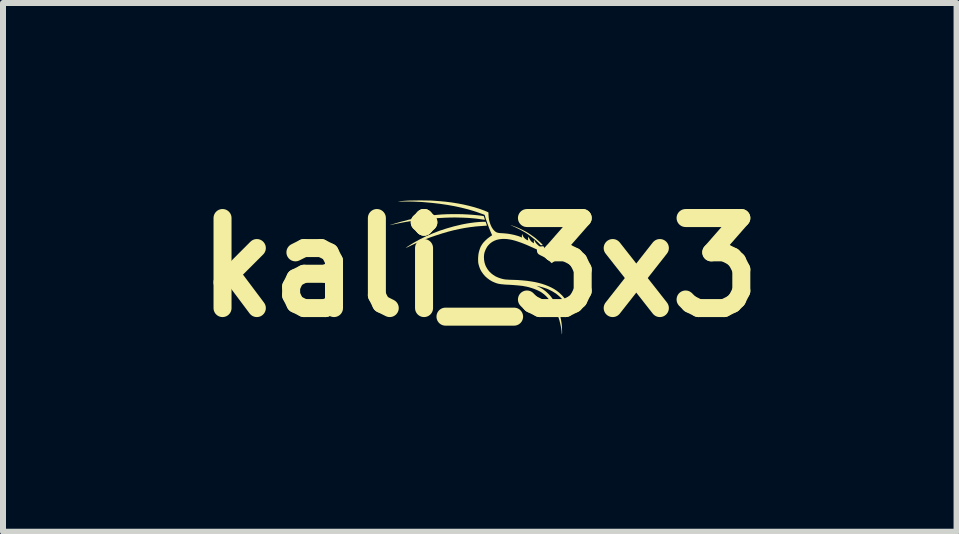
<source format=kicad_pcb>
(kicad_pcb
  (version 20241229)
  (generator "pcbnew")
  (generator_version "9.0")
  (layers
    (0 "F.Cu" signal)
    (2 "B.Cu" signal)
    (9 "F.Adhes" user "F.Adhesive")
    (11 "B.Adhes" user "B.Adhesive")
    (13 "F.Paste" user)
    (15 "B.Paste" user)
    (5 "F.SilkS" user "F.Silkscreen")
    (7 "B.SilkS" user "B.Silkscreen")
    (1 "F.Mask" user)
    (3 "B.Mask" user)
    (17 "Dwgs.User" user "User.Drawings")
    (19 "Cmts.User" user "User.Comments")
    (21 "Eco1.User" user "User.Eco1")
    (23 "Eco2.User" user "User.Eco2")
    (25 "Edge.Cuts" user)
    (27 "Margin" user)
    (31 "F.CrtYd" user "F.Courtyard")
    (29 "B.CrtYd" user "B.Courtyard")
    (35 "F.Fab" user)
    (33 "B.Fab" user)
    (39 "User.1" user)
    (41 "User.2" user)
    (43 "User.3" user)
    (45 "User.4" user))
  (footprint "kali_3x3"
    (layer "F.Cu")
    (at 4.943 1.404)
    (property "Reference" "kali_3x3" (at 0 0 0) (layer "F.SilkS") (effects (font (size 1.5 1.5) (thickness 0.3))))
    (attr board_only exclude_from_pos_files exclude_from_bom)
    (fp_poly (pts (xy 0.109 -0.727) (xy 0.119 -0.695) (xy 0.091 -0.693) (xy 0.033 -0.689) (xy -0.02 -0.685) (xy -0.069 -0.681) (xy -0.116 -0.675) (xy -0.161 -0.67) (xy -0.206 -0.663) (xy -0.251 -0.656) (xy -0.298 -0.647) (xy -0.34 -0.639) (xy -0.431 -0.619) (xy -0.525 -0.595) (xy -0.621 -0.567) (xy -0.718 -0.536) (xy -0.815 -0.503) (xy -0.91 -0.467) (xy -1.003 -0.429) (xy -1.093 -0.389) (xy -1.168 -0.353) (xy -1.186 -0.344) (xy -1.203 -0.336) (xy -1.216 -0.33) (xy -1.226 -0.326) (xy -1.233 -0.323) (xy -1.234 -0.323) (xy -1.234 -0.323) (xy -1.229 -0.327) (xy -1.22 -0.334) (xy -1.208 -0.343) (xy -1.192 -0.353) (xy -1.175 -0.364) (xy -1.157 -0.376) (xy -1.139 -0.387) (xy -1.121 -0.398) (xy -1.105 -0.408) (xy -1 -0.466) (xy -0.892 -0.519) (xy -0.781 -0.567) (xy -0.667 -0.611) (xy -0.55 -0.649) (xy -0.43 -0.683) (xy -0.309 -0.712) (xy -0.255 -0.723) (xy -0.2 -0.733) (xy -0.146 -0.741) (xy -0.092 -0.748) (xy -0.041 -0.753) (xy 0.007 -0.757) (xy 0.051 -0.759) (xy 0.069 -0.759) (xy 0.098 -0.759)) (stroke (width 0) (type solid)) (fill yes) (layer "F.SilkS"))
    (fp_poly (pts (xy 0.52 -0.702) (xy 0.527 -0.7) (xy 0.538 -0.696) (xy 0.551 -0.692) (xy 0.551 -0.692) (xy 0.606 -0.672) (xy 0.66 -0.649) (xy 0.714 -0.623) (xy 0.771 -0.593) (xy 0.782 -0.587) (xy 0.795 -0.579) (xy 0.811 -0.569) (xy 0.829 -0.557) (xy 0.849 -0.544) (xy 0.868 -0.53) (xy 0.887 -0.517) (xy 0.904 -0.505) (xy 0.918 -0.494) (xy 0.918 -0.494) (xy 0.931 -0.484) (xy 0.945 -0.472) (xy 0.961 -0.458) (xy 0.977 -0.444) (xy 0.993 -0.43) (xy 1.008 -0.416) (xy 1.021 -0.403) (xy 1.032 -0.393) (xy 1.04 -0.385) (xy 1.043 -0.381) (xy 1.046 -0.375) (xy 1.046 -0.372) (xy 1.041 -0.37) (xy 1.031 -0.369) (xy 1.027 -0.369) (xy 1.021 -0.369) (xy 1.016 -0.371) (xy 1.012 -0.374) (xy 1.006 -0.379) (xy 0.997 -0.388) (xy 0.993 -0.393) (xy 0.97 -0.416) (xy 0.943 -0.441) (xy 0.912 -0.468) (xy 0.879 -0.494) (xy 0.844 -0.521) (xy 0.809 -0.546) (xy 0.773 -0.57) (xy 0.756 -0.581) (xy 0.726 -0.598) (xy 0.692 -0.617) (xy 0.657 -0.636) (xy 0.62 -0.654) (xy 0.585 -0.671) (xy 0.553 -0.685) (xy 0.548 -0.687) (xy 0.535 -0.693) (xy 0.525 -0.697) (xy 0.519 -0.7) (xy 0.516 -0.702) (xy 0.516 -0.702)) (stroke (width 0) (type solid)) (fill yes) (layer "F.SilkS"))
    (fp_poly (pts (xy -0.283 -0.885) (xy -0.195 -0.881) (xy -0.11 -0.875) (xy -0.028 -0.867) (xy 0.019 -0.861) (xy 0.066 -0.854) (xy 0.076 -0.824) (xy 0.08 -0.812) (xy 0.083 -0.802) (xy 0.085 -0.795) (xy 0.085 -0.793) (xy 0.082 -0.793) (xy 0.074 -0.794) (xy 0.062 -0.795) (xy 0.046 -0.797) (xy 0.029 -0.8) (xy 0.026 -0.8) (xy -0.014 -0.806) (xy -0.052 -0.811) (xy -0.088 -0.815) (xy -0.124 -0.818) (xy -0.16 -0.821) (xy -0.198 -0.824) (xy -0.24 -0.826) (xy -0.284 -0.828) (xy -0.327 -0.829) (xy -0.407 -0.831) (xy -0.491 -0.83) (xy -0.579 -0.827) (xy -0.67 -0.822) (xy -0.764 -0.816) (xy -0.858 -0.807) (xy -0.954 -0.797) (xy -1.049 -0.784) (xy -1.144 -0.771) (xy -1.236 -0.756) (xy -1.327 -0.739) (xy -1.414 -0.721) (xy -1.443 -0.715) (xy -1.465 -0.71) (xy -1.481 -0.706) (xy -1.491 -0.704) (xy -1.496 -0.704) (xy -1.496 -0.705) (xy -1.49 -0.707) (xy -1.48 -0.71) (xy -1.465 -0.715) (xy -1.447 -0.721) (xy -1.426 -0.727) (xy -1.403 -0.734) (xy -1.379 -0.741) (xy -1.354 -0.748) (xy -1.33 -0.755) (xy -1.307 -0.762) (xy -1.301 -0.763) (xy -1.188 -0.793) (xy -1.077 -0.818) (xy -0.97 -0.839) (xy -0.863 -0.857) (xy -0.798 -0.865) (xy -0.72 -0.874) (xy -0.637 -0.881) (xy -0.55 -0.885) (xy -0.462 -0.887) (xy -0.372 -0.887)) (stroke (width 0) (type solid)) (fill yes) (layer "F.SilkS"))
    (fp_poly (pts (xy -0.953 -1.115) (xy -0.916 -1.114) (xy -0.881 -1.114) (xy -0.849 -1.113) (xy -0.82 -1.113) (xy -0.796 -1.112) (xy -0.782 -1.111) (xy -0.67 -1.103) (xy -0.564 -1.093) (xy -0.461 -1.08) (xy -0.363 -1.064) (xy -0.269 -1.046) (xy -0.179 -1.025) (xy -0.092 -1.002) (xy -0.015 -0.978) (xy 0.009 -0.97) (xy 0.034 -0.961) (xy 0.058 -0.952) (xy 0.082 -0.943) (xy 0.103 -0.934) (xy 0.121 -0.927) (xy 0.134 -0.92) (xy 0.136 -0.919) (xy 0.144 -0.915) (xy 0.145 -0.877) (xy 0.148 -0.837) (xy 0.153 -0.797) (xy 0.163 -0.758) (xy 0.175 -0.721) (xy 0.189 -0.687) (xy 0.206 -0.656) (xy 0.225 -0.629) (xy 0.246 -0.607) (xy 0.257 -0.597) (xy 0.271 -0.588) (xy 0.285 -0.581) (xy 0.301 -0.576) (xy 0.32 -0.573) (xy 0.343 -0.57) (xy 0.35 -0.57) (xy 0.388 -0.568) (xy 0.422 -0.565) (xy 0.453 -0.562) (xy 0.484 -0.558) (xy 0.501 -0.555) (xy 0.538 -0.548) (xy 0.575 -0.54) (xy 0.611 -0.53) (xy 0.645 -0.52) (xy 0.675 -0.509) (xy 0.683 -0.505) (xy 0.706 -0.496) (xy 0.703 -0.503) (xy 0.701 -0.515) (xy 0.701 -0.53) (xy 0.704 -0.544) (xy 0.708 -0.555) (xy 0.713 -0.538) (xy 0.718 -0.525) (xy 0.725 -0.512) (xy 0.729 -0.505) (xy 0.741 -0.491) (xy 0.755 -0.478) (xy 0.772 -0.465) (xy 0.788 -0.456) (xy 0.802 -0.45) (xy 0.805 -0.449) (xy 0.806 -0.451) (xy 0.806 -0.456) (xy 0.805 -0.462) (xy 0.803 -0.474) (xy 0.805 -0.487) (xy 0.806 -0.494) (xy 0.81 -0.511) (xy 0.822 -0.486) (xy 0.837 -0.46) (xy 0.852 -0.438) (xy 0.869 -0.422) (xy 0.888 -0.409) (xy 0.891 -0.407) (xy 0.903 -0.401) (xy 0.901 -0.414) (xy 0.9 -0.427) (xy 0.902 -0.44) (xy 0.902 -0.442) (xy 0.906 -0.457) (xy 0.918 -0.433) (xy 0.926 -0.419) (xy 0.935 -0.406) (xy 0.946 -0.393) (xy 0.954 -0.385) (xy 0.965 -0.375) (xy 0.976 -0.365) (xy 0.985 -0.357) (xy 0.99 -0.354) (xy 0.997 -0.35) (xy 1.003 -0.348) (xy 1.009 -0.348) (xy 1.018 -0.348) (xy 1.027 -0.349) (xy 1.042 -0.351) (xy 1.053 -0.351) (xy 1.06 -0.349) (xy 1.067 -0.344) (xy 1.073 -0.335) (xy 1.077 -0.328) (xy 1.084 -0.314) (xy 1.094 -0.299) (xy 1.104 -0.283) (xy 1.113 -0.269) (xy 1.122 -0.256) (xy 1.129 -0.247) (xy 1.13 -0.245) (xy 1.138 -0.234) (xy 1.141 -0.226) (xy 1.139 -0.219) (xy 1.137 -0.217) (xy 1.134 -0.214) (xy 1.133 -0.212) (xy 1.135 -0.208) (xy 1.141 -0.203) (xy 1.146 -0.198) (xy 1.17 -0.179) (xy 1.195 -0.162) (xy 1.22 -0.149) (xy 1.238 -0.143) (xy 1.251 -0.139) (xy 1.262 -0.136) (xy 1.27 -0.134) (xy 1.273 -0.133) (xy 1.281 -0.132) (xy 1.268 -0.122) (xy 1.253 -0.112) (xy 1.239 -0.101) (xy 1.226 -0.091) (xy 1.214 -0.082) (xy 1.206 -0.075) (xy 1.201 -0.071) (xy 1.201 -0.07) (xy 1.198 -0.071) (xy 1.193 -0.075) (xy 1.184 -0.082) (xy 1.174 -0.092) (xy 1.17 -0.096) (xy 1.147 -0.117) (xy 1.123 -0.137) (xy 1.098 -0.154) (xy 1.07 -0.171) (xy 1.038 -0.188) (xy 1.035 -0.189) (xy 1.019 -0.197) (xy 1.003 -0.205) (xy 0.99 -0.213) (xy 0.98 -0.219) (xy 0.975 -0.223) (xy 0.965 -0.235) (xy 0.957 -0.251) (xy 0.954 -0.264) (xy 1.07 -0.264) (xy 1.072 -0.259) (xy 1.076 -0.253) (xy 1.084 -0.246) (xy 1.085 -0.245) (xy 1.094 -0.237) (xy 1.099 -0.233) (xy 1.101 -0.232) (xy 1.101 -0.234) (xy 1.1 -0.235) (xy 1.097 -0.239) (xy 1.092 -0.247) (xy 1.086 -0.256) (xy 1.084 -0.259) (xy 1.071 -0.28) (xy 1.07 -0.27) (xy 1.07 -0.264) (xy 0.954 -0.264) (xy 0.953 -0.269) (xy 0.952 -0.281) (xy 0.952 -0.297) (xy 0.905 -0.319) (xy 0.844 -0.346) (xy 0.788 -0.371) (xy 0.737 -0.392) (xy 0.688 -0.411) (xy 0.644 -0.426) (xy 0.602 -0.44) (xy 0.563 -0.451) (xy 0.526 -0.46) (xy 0.491 -0.466) (xy 0.457 -0.471) (xy 0.424 -0.473) (xy 0.417 -0.474) (xy 0.369 -0.473) (xy 0.324 -0.468) (xy 0.281 -0.458) (xy 0.242 -0.443) (xy 0.205 -0.423) (xy 0.172 -0.398) (xy 0.166 -0.392) (xy 0.144 -0.37) (xy 0.126 -0.348) (xy 0.111 -0.322) (xy 0.102 -0.306) (xy 0.089 -0.276) (xy 0.079 -0.248) (xy 0.073 -0.221) (xy 0.07 -0.192) (xy 0.069 -0.166) (xy 0.072 -0.12) (xy 0.08 -0.077) (xy 0.093 -0.036) (xy 0.105 -0.01) (xy 0.128 0.03) (xy 0.156 0.066) (xy 0.188 0.098) (xy 0.224 0.126) (xy 0.264 0.151) (xy 0.309 0.171) (xy 0.356 0.187) (xy 0.372 0.191) (xy 0.387 0.195) (xy 0.403 0.198) (xy 0.42 0.201) (xy 0.439 0.203) (xy 0.461 0.204) (xy 0.486 0.206) (xy 0.515 0.207) (xy 0.548 0.208) (xy 0.632 0.211) (xy 0.71 0.217) (xy 0.783 0.224) (xy 0.853 0.234) (xy 0.918 0.245) (xy 0.979 0.259) (xy 1.037 0.275) (xy 1.091 0.293) (xy 1.144 0.314) (xy 1.19 0.335) (xy 1.238 0.361) (xy 1.282 0.39) (xy 1.322 0.421) (xy 1.36 0.457) (xy 1.367 0.463) (xy 1.393 0.493) (xy 1.416 0.521) (xy 1.435 0.549) (xy 1.451 0.579) (xy 1.47 0.621) (xy 1.484 0.661) (xy 1.494 0.701) (xy 1.498 0.741) (xy 1.499 0.749) (xy 1.5 0.784) (xy 1.495 0.76) (xy 1.489 0.74) (xy 1.483 0.721) (xy 1.476 0.702) (xy 1.467 0.681) (xy 1.458 0.661) (xy 1.437 0.62) (xy 1.414 0.583) (xy 1.388 0.548) (xy 1.358 0.515) (xy 1.324 0.482) (xy 1.285 0.449) (xy 1.283 0.448) (xy 1.268 0.436) (xy 1.248 0.424) (xy 1.226 0.41) (xy 1.202 0.396) (xy 1.177 0.383) (xy 1.154 0.372) (xy 1.133 0.362) (xy 1.128 0.36) (xy 1.112 0.354) (xy 1.094 0.348) (xy 1.074 0.341) (xy 1.054 0.335) (xy 1.033 0.329) (xy 1.012 0.323) (xy 0.993 0.318) (xy 0.976 0.313) (xy 0.963 0.31) (xy 0.953 0.309) (xy 0.948 0.309) (xy 0.948 0.309) (xy 0.948 0.31) (xy 0.95 0.31) (xy 0.956 0.312) (xy 0.966 0.316) (xy 0.979 0.323) (xy 0.994 0.331) (xy 1.011 0.34) (xy 1.027 0.349) (xy 1.043 0.359) (xy 1.054 0.366) (xy 1.077 0.383) (xy 1.102 0.403) (xy 1.127 0.426) (xy 1.151 0.449) (xy 1.172 0.472) (xy 1.183 0.485) (xy 1.217 0.531) (xy 1.248 0.581) (xy 1.277 0.636) (xy 1.302 0.693) (xy 1.323 0.752) (xy 1.329 0.771) (xy 1.341 0.818) (xy 1.352 0.867) (xy 1.361 0.921) (xy 1.364 0.945) (xy 1.366 0.96) (xy 1.367 0.977) (xy 1.368 0.996) (xy 1.369 1.016) (xy 1.37 1.036) (xy 1.371 1.056) (xy 1.371 1.074) (xy 1.371 1.089) (xy 1.37 1.101) (xy 1.37 1.109) (xy 1.369 1.112) (xy 1.367 1.111) (xy 1.366 1.105) (xy 1.365 1.1) (xy 1.364 1.077) (xy 1.362 1.051) (xy 1.357 1.021) (xy 1.351 0.988) (xy 1.344 0.955) (xy 1.336 0.921) (xy 1.328 0.887) (xy 1.318 0.856) (xy 1.314 0.842) (xy 1.291 0.78) (xy 1.266 0.721) (xy 1.238 0.665) (xy 1.208 0.613) (xy 1.176 0.565) (xy 1.142 0.521) (xy 1.107 0.482) (xy 1.071 0.449) (xy 1.033 0.421) (xy 1.032 0.42) (xy 1.004 0.403) (xy 0.972 0.387) (xy 0.936 0.371) (xy 0.898 0.356) (xy 0.858 0.343) (xy 0.819 0.331) (xy 0.78 0.322) (xy 0.778 0.321) (xy 0.753 0.317) (xy 0.729 0.312) (xy 0.703 0.308) (xy 0.682 0.306) (xy 0.939 0.306) (xy 0.939 0.307) (xy 0.941 0.308) (xy 0.943 0.307) (xy 0.942 0.306) (xy 0.939 0.305) (xy 0.939 0.306) (xy 0.682 0.306) (xy 0.675 0.305) (xy 0.645 0.302) (xy 0.612 0.299) (xy 0.576 0.296) (xy 0.535 0.293) (xy 0.489 0.29) (xy 0.479 0.29) (xy 0.442 0.288) (xy 0.41 0.286) (xy 0.383 0.283) (xy 0.359 0.281) (xy 0.338 0.278) (xy 0.32 0.275) (xy 0.303 0.271) (xy 0.286 0.267) (xy 0.27 0.261) (xy 0.253 0.255) (xy 0.251 0.254) (xy 0.207 0.235) (xy 0.165 0.21) (xy 0.126 0.181) (xy 0.09 0.149) (xy 0.058 0.112) (xy 0.031 0.074) (xy 0.024 0.063) (xy 0.007 0.031) (xy -0.006 -0.002) (xy -0.017 -0.038) (xy -0.024 -0.066) (xy -0.026 -0.08) (xy -0.027 -0.099) (xy -0.028 -0.121) (xy -0.028 -0.144) (xy -0.027 -0.168) (xy -0.025 -0.192) (xy -0.023 -0.212) (xy -0.021 -0.227) (xy -0.016 -0.251) (xy -0.009 -0.277) (xy -0.001 -0.302) (xy 0.007 -0.325) (xy 0.016 -0.345) (xy 0.018 -0.349) (xy 0.038 -0.383) (xy 0.063 -0.416) (xy 0.094 -0.448) (xy 0.13 -0.481) (xy 0.173 -0.513) (xy 0.199 -0.53) (xy 0.206 -0.535) (xy 0.19 -0.57) (xy 0.177 -0.601) (xy 0.163 -0.635) (xy 0.15 -0.669) (xy 0.137 -0.704) (xy 0.124 -0.738) (xy 0.113 -0.771) (xy 0.102 -0.801) (xy 0.094 -0.828) (xy 0.088 -0.851) (xy 0.087 -0.854) (xy 0.084 -0.863) (xy 0.081 -0.871) (xy 0.08 -0.874) (xy 0.076 -0.876) (xy 0.068 -0.879) (xy 0.056 -0.884) (xy 0.04 -0.89) (xy 0.022 -0.896) (xy 0.003 -0.903) (xy -0.016 -0.91) (xy -0.036 -0.917) (xy -0.055 -0.924) (xy -0.072 -0.929) (xy -0.086 -0.934) (xy -0.086 -0.934) (xy -0.194 -0.966) (xy -0.305 -0.994) (xy -0.42 -1.019) (xy -0.538 -1.04) (xy -0.66 -1.058) (xy -0.787 -1.073) (xy -0.918 -1.085) (xy -0.92 -1.085) (xy -0.966 -1.089) (xy -1.009 -1.091) (xy -1.052 -1.093) (xy -1.095 -1.095) (xy -1.14 -1.096) (xy -1.189 -1.097) (xy -1.237 -1.097) (xy -1.264 -1.097) (xy -1.288 -1.097) (xy -1.311 -1.097) (xy -1.33 -1.097) (xy -1.345 -1.098) (xy -1.356 -1.098) (xy -1.363 -1.098) (xy -1.364 -1.098) (xy -1.36 -1.099) (xy -1.352 -1.1) (xy -1.339 -1.102) (xy -1.323 -1.103) (xy -1.304 -1.105) (xy -1.283 -1.106) (xy -1.261 -1.108) (xy -1.239 -1.109) (xy -1.217 -1.111) (xy -1.214 -1.111) (xy -1.193 -1.112) (xy -1.167 -1.113) (xy -1.136 -1.113) (xy -1.103 -1.114) (xy -1.067 -1.114) (xy -1.029 -1.115) (xy -0.991 -1.115)) (stroke (width 0) (type solid)) (fill yes) (layer "F.SilkS")))
  (gr_rect
    (start -3 -3)
    (end 12.886 5.808)
    (stroke (width 0.1) (type default))
    (fill no)
    (layer "Edge.Cuts")))
</source>
